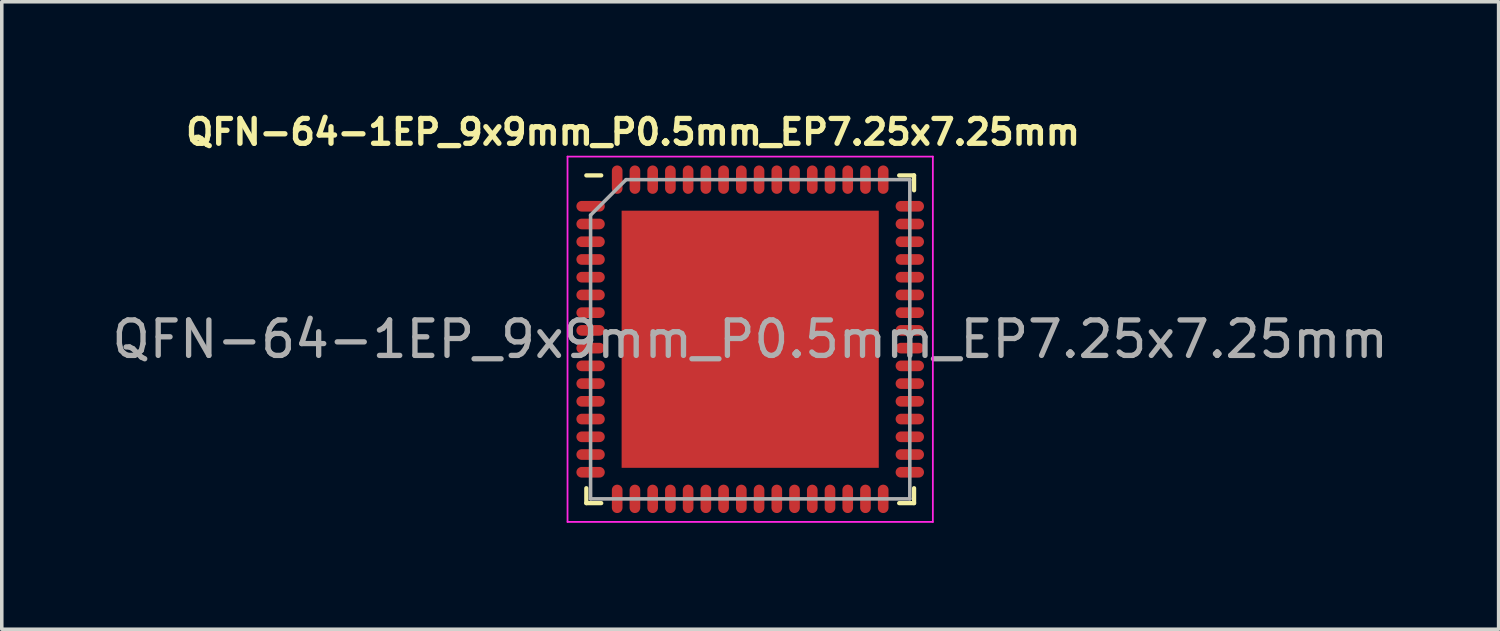
<source format=kicad_pcb>
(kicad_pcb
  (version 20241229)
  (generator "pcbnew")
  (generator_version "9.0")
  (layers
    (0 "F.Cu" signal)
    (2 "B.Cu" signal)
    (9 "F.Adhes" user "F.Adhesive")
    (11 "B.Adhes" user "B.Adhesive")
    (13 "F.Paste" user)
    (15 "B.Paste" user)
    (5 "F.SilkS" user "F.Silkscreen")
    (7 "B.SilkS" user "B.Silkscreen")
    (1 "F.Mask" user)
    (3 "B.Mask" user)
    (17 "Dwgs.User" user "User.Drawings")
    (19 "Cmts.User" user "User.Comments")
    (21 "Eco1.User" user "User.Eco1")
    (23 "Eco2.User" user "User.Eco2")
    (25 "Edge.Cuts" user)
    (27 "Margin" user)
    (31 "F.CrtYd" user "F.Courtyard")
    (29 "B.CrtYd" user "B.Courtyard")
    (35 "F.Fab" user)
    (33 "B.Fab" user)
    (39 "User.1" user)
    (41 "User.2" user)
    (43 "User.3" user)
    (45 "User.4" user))
  (footprint "QFN-64-1EP_9x9mm_P0.5mm_EP7.25x7.25mm"
    (layer "F.Cu")
    (at 18.101 6.515)
    (property "Reference" "QFN-64-1EP_9x9mm_P0.5mm_EP7.25x7.25mm" (at -3.302 -5.842 0) (layer "F.SilkS") (effects (font (size 0.7 0.7) (thickness 0.15))))
    (attr smd)
    (fp_line (start -4.62 -4.62) (end -4.2 -4.62) (stroke (width 0.12) (type solid)) (layer "F.SilkS"))
    (fp_line (start -4.62 4.62) (end -4.62 4.2) (stroke (width 0.12) (type solid)) (layer "F.SilkS"))
    (fp_line (start -4.62 4.62) (end -4.2 4.62) (stroke (width 0.12) (type solid)) (layer "F.SilkS"))
    (fp_line (start 4.62 -4.62) (end 4.2 -4.62) (stroke (width 0.12) (type solid)) (layer "F.SilkS"))
    (fp_line (start 4.62 -4.62) (end 4.62 -4.2) (stroke (width 0.12) (type solid)) (layer "F.SilkS"))
    (fp_line (start 4.62 4.62) (end 4.2 4.62) (stroke (width 0.12) (type solid)) (layer "F.SilkS"))
    (fp_line (start 4.62 4.62) (end 4.62 4.2) (stroke (width 0.12) (type solid)) (layer "F.SilkS"))
    (fp_line (start -5.15 -5.15) (end -5.15 5.15) (stroke (width 0.05) (type solid)) (layer "F.CrtYd"))
    (fp_line (start -5.15 -5.15) (end 5.15 -5.15) (stroke (width 0.05) (type solid)) (layer "F.CrtYd"))
    (fp_line (start -5.15 5.15) (end 5.15 5.15) (stroke (width 0.05) (type solid)) (layer "F.CrtYd"))
    (fp_line (start 5.15 -5.15) (end 5.15 5.15) (stroke (width 0.05) (type solid)) (layer "F.CrtYd"))
    (fp_line (start -4.5 -3.5) (end -3.5 -4.5) (stroke (width 0.1) (type solid)) (layer "F.Fab"))
    (fp_line (start -4.5 4.5) (end -4.5 -3.5) (stroke (width 0.1) (type solid)) (layer "F.Fab"))
    (fp_line (start -3.5 -4.5) (end 4.5 -4.5) (stroke (width 0.1) (type solid)) (layer "F.Fab"))
    (fp_line (start 4.5 -4.5) (end 4.5 4.5) (stroke (width 0.1) (type solid)) (layer "F.Fab"))
    (fp_line (start 4.5 4.5) (end -4.5 4.5) (stroke (width 0.1) (type solid)) (layer "F.Fab"))
    (fp_text user "${REFERENCE}" (at 0 0 0) (layer "F.Fab") (effects (font (size 1 1) (thickness 0.15))))
    (pad "" smd rect (at -2.8 -2.8) (size 1.19 1.19) (layers "F.Paste"))
    (pad "" smd rect (at -2.8 -1.4) (size 1.19 1.19) (layers "F.Paste"))
    (pad "" smd rect (at -2.8 0) (size 1.19 1.19) (layers "F.Paste"))
    (pad "" smd rect (at -2.8 1.4) (size 1.19 1.19) (layers "F.Paste"))
    (pad "" smd rect (at -2.8 2.8) (size 1.19 1.19) (layers "F.Paste"))
    (pad "" smd rect (at -1.4 -2.8) (size 1.19 1.19) (layers "F.Paste"))
    (pad "" smd rect (at -1.4 -1.4) (size 1.19 1.19) (layers "F.Paste"))
    (pad "" smd rect (at -1.4 0) (size 1.19 1.19) (layers "F.Paste"))
    (pad "" smd rect (at -1.4 1.4) (size 1.19 1.19) (layers "F.Paste"))
    (pad "" smd rect (at -1.4 2.8) (size 1.19 1.19) (layers "F.Paste"))
    (pad "" smd rect (at 0 -2.8) (size 1.19 1.19) (layers "F.Paste"))
    (pad "" smd rect (at 0 -1.4) (size 1.19 1.19) (layers "F.Paste"))
    (pad "" smd rect (at 0 0) (size 1.19 1.19) (layers "F.Paste"))
    (pad "" smd rect (at 0 1.4) (size 1.19 1.19) (layers "F.Paste"))
    (pad "" smd rect (at 0 2.8) (size 1.19 1.19) (layers "F.Paste"))
    (pad "" smd rect (at 1.4 -2.8) (size 1.19 1.19) (layers "F.Paste"))
    (pad "" smd rect (at 1.4 -1.4) (size 1.19 1.19) (layers "F.Paste"))
    (pad "" smd rect (at 1.4 0) (size 1.19 1.19) (layers "F.Paste"))
    (pad "" smd rect (at 1.4 1.4) (size 1.19 1.19) (layers "F.Paste"))
    (pad "" smd rect (at 1.4 2.8) (size 1.19 1.19) (layers "F.Paste"))
    (pad "" smd rect (at 2.8 -2.8) (size 1.19 1.19) (layers "F.Paste"))
    (pad "" smd rect (at 2.8 -1.4) (size 1.19 1.19) (layers "F.Paste"))
    (pad "" smd rect (at 2.8 0) (size 1.19 1.19) (layers "F.Paste"))
    (pad "" smd rect (at 2.8 1.4) (size 1.19 1.19) (layers "F.Paste"))
    (pad "" smd rect (at 2.8 2.8) (size 1.19 1.19) (layers "F.Paste"))
    (pad "1" smd oval (at -4.5 -3.75) (size 0.8 0.3) (layers "F.Cu" "F.Mask" "F.Paste"))
    (pad "2" smd oval (at -4.5 -3.25) (size 0.8 0.3) (layers "F.Cu" "F.Mask" "F.Paste"))
    (pad "3" smd oval (at -4.5 -2.75) (size 0.8 0.3) (layers "F.Cu" "F.Mask" "F.Paste"))
    (pad "4" smd oval (at -4.5 -2.25) (size 0.8 0.3) (layers "F.Cu" "F.Mask" "F.Paste"))
    (pad "5" smd oval (at -4.5 -1.75) (size 0.8 0.3) (layers "F.Cu" "F.Mask" "F.Paste"))
    (pad "6" smd oval (at -4.5 -1.25) (size 0.8 0.3) (layers "F.Cu" "F.Mask" "F.Paste"))
    (pad "7" smd oval (at -4.5 -0.75) (size 0.8 0.3) (layers "F.Cu" "F.Mask" "F.Paste"))
    (pad "8" smd oval (at -4.5 -0.25) (size 0.8 0.3) (layers "F.Cu" "F.Mask" "F.Paste"))
    (pad "9" smd oval (at -4.5 0.25) (size 0.8 0.3) (layers "F.Cu" "F.Mask" "F.Paste"))
    (pad "10" smd oval (at -4.5 0.75) (size 0.8 0.3) (layers "F.Cu" "F.Mask" "F.Paste"))
    (pad "11" smd oval (at -4.5 1.25) (size 0.8 0.3) (layers "F.Cu" "F.Mask" "F.Paste"))
    (pad "12" smd oval (at -4.5 1.75) (size 0.8 0.3) (layers "F.Cu" "F.Mask" "F.Paste"))
    (pad "13" smd oval (at -4.5 2.25) (size 0.8 0.3) (layers "F.Cu" "F.Mask" "F.Paste"))
    (pad "14" smd oval (at -4.5 2.75) (size 0.8 0.3) (layers "F.Cu" "F.Mask" "F.Paste"))
    (pad "15" smd oval (at -4.5 3.25) (size 0.8 0.3) (layers "F.Cu" "F.Mask" "F.Paste"))
    (pad "16" smd oval (at -4.5 3.75) (size 0.8 0.3) (layers "F.Cu" "F.Mask" "F.Paste"))
    (pad "17" smd oval (at -3.75 4.5 90) (size 0.8 0.3) (layers "F.Cu" "F.Mask" "F.Paste"))
    (pad "18" smd oval (at -3.25 4.5 90) (size 0.8 0.3) (layers "F.Cu" "F.Mask" "F.Paste"))
    (pad "19" smd oval (at -2.75 4.5 90) (size 0.8 0.3) (layers "F.Cu" "F.Mask" "F.Paste"))
    (pad "20" smd oval (at -2.25 4.5 90) (size 0.8 0.3) (layers "F.Cu" "F.Mask" "F.Paste"))
    (pad "21" smd oval (at -1.75 4.5 90) (size 0.8 0.3) (layers "F.Cu" "F.Mask" "F.Paste"))
    (pad "22" smd oval (at -1.25 4.5 90) (size 0.8 0.3) (layers "F.Cu" "F.Mask" "F.Paste"))
    (pad "23" smd oval (at -0.75 4.5 90) (size 0.8 0.3) (layers "F.Cu" "F.Mask" "F.Paste"))
    (pad "24" smd oval (at -0.25 4.5 90) (size 0.8 0.3) (layers "F.Cu" "F.Mask" "F.Paste"))
    (pad "25" smd oval (at 0.25 4.5 90) (size 0.8 0.3) (layers "F.Cu" "F.Mask" "F.Paste"))
    (pad "26" smd oval (at 0.75 4.5 90) (size 0.8 0.3) (layers "F.Cu" "F.Mask" "F.Paste"))
    (pad "27" smd oval (at 1.25 4.5 90) (size 0.8 0.3) (layers "F.Cu" "F.Mask" "F.Paste"))
    (pad "28" smd oval (at 1.75 4.5 90) (size 0.8 0.3) (layers "F.Cu" "F.Mask" "F.Paste"))
    (pad "29" smd oval (at 2.25 4.5 90) (size 0.8 0.3) (layers "F.Cu" "F.Mask" "F.Paste"))
    (pad "30" smd oval (at 2.75 4.5 90) (size 0.8 0.3) (layers "F.Cu" "F.Mask" "F.Paste"))
    (pad "31" smd oval (at 3.25 4.5 90) (size 0.8 0.3) (layers "F.Cu" "F.Mask" "F.Paste"))
    (pad "32" smd oval (at 3.75 4.5 90) (size 0.8 0.3) (layers "F.Cu" "F.Mask" "F.Paste"))
    (pad "33" smd oval (at 4.5 3.75) (size 0.8 0.3) (layers "F.Cu" "F.Mask" "F.Paste"))
    (pad "34" smd oval (at 4.5 3.25) (size 0.8 0.3) (layers "F.Cu" "F.Mask" "F.Paste"))
    (pad "35" smd oval (at 4.5 2.75) (size 0.8 0.3) (layers "F.Cu" "F.Mask" "F.Paste"))
    (pad "36" smd oval (at 4.5 2.25) (size 0.8 0.3) (layers "F.Cu" "F.Mask" "F.Paste"))
    (pad "37" smd oval (at 4.5 1.75) (size 0.8 0.3) (layers "F.Cu" "F.Mask" "F.Paste"))
    (pad "38" smd oval (at 4.5 1.25) (size 0.8 0.3) (layers "F.Cu" "F.Mask" "F.Paste"))
    (pad "39" smd oval (at 4.5 0.75) (size 0.8 0.3) (layers "F.Cu" "F.Mask" "F.Paste"))
    (pad "40" smd oval (at 4.5 0.25) (size 0.8 0.3) (layers "F.Cu" "F.Mask" "F.Paste"))
    (pad "41" smd oval (at 4.5 -0.25) (size 0.8 0.3) (layers "F.Cu" "F.Mask" "F.Paste"))
    (pad "42" smd oval (at 4.5 -0.75) (size 0.8 0.3) (layers "F.Cu" "F.Mask" "F.Paste"))
    (pad "43" smd oval (at 4.5 -1.25) (size 0.8 0.3) (layers "F.Cu" "F.Mask" "F.Paste"))
    (pad "44" smd oval (at 4.5 -1.75) (size 0.8 0.3) (layers "F.Cu" "F.Mask" "F.Paste"))
    (pad "45" smd oval (at 4.5 -2.25) (size 0.8 0.3) (layers "F.Cu" "F.Mask" "F.Paste"))
    (pad "46" smd oval (at 4.5 -2.75) (size 0.8 0.3) (layers "F.Cu" "F.Mask" "F.Paste"))
    (pad "47" smd oval (at 4.5 -3.25) (size 0.8 0.3) (layers "F.Cu" "F.Mask" "F.Paste"))
    (pad "48" smd oval (at 4.5 -3.75) (size 0.8 0.3) (layers "F.Cu" "F.Mask" "F.Paste"))
    (pad "49" smd oval (at 3.75 -4.5 90) (size 0.8 0.3) (layers "F.Cu" "F.Mask" "F.Paste"))
    (pad "50" smd oval (at 3.25 -4.5 90) (size 0.8 0.3) (layers "F.Cu" "F.Mask" "F.Paste"))
    (pad "51" smd oval (at 2.75 -4.5 90) (size 0.8 0.3) (layers "F.Cu" "F.Mask" "F.Paste"))
    (pad "52" smd oval (at 2.25 -4.5 90) (size 0.8 0.3) (layers "F.Cu" "F.Mask" "F.Paste"))
    (pad "53" smd oval (at 1.75 -4.5 90) (size 0.8 0.3) (layers "F.Cu" "F.Mask" "F.Paste"))
    (pad "54" smd oval (at 1.25 -4.5 90) (size 0.8 0.3) (layers "F.Cu" "F.Mask" "F.Paste"))
    (pad "55" smd oval (at 0.75 -4.5 90) (size 0.8 0.3) (layers "F.Cu" "F.Mask" "F.Paste"))
    (pad "56" smd oval (at 0.25 -4.5 90) (size 0.8 0.3) (layers "F.Cu" "F.Mask" "F.Paste"))
    (pad "57" smd oval (at -0.25 -4.5 90) (size 0.8 0.3) (layers "F.Cu" "F.Mask" "F.Paste"))
    (pad "58" smd oval (at -0.75 -4.5 90) (size 0.8 0.3) (layers "F.Cu" "F.Mask" "F.Paste"))
    (pad "59" smd oval (at -1.25 -4.5 90) (size 0.8 0.3) (layers "F.Cu" "F.Mask" "F.Paste"))
    (pad "60" smd oval (at -1.75 -4.5 90) (size 0.8 0.3) (layers "F.Cu" "F.Mask" "F.Paste"))
    (pad "61" smd oval (at -2.25 -4.5 90) (size 0.8 0.3) (layers "F.Cu" "F.Mask" "F.Paste"))
    (pad "62" smd oval (at -2.75 -4.5 90) (size 0.8 0.3) (layers "F.Cu" "F.Mask" "F.Paste"))
    (pad "63" smd oval (at -3.25 -4.5 90) (size 0.8 0.3) (layers "F.Cu" "F.Mask" "F.Paste"))
    (pad "64" smd oval (at -3.75 -4.5 90) (size 0.8 0.3) (layers "F.Cu" "F.Mask" "F.Paste"))
    (pad "65" smd rect (at 0 0) (size 7.25 7.25) (layers "F.Cu" "F.Mask")))
  (gr_rect
    (start -3 -3)
    (end 39.202 14.69)
    (stroke (width 0.1) (type default))
    (fill no)
    (layer "Edge.Cuts")))
</source>
